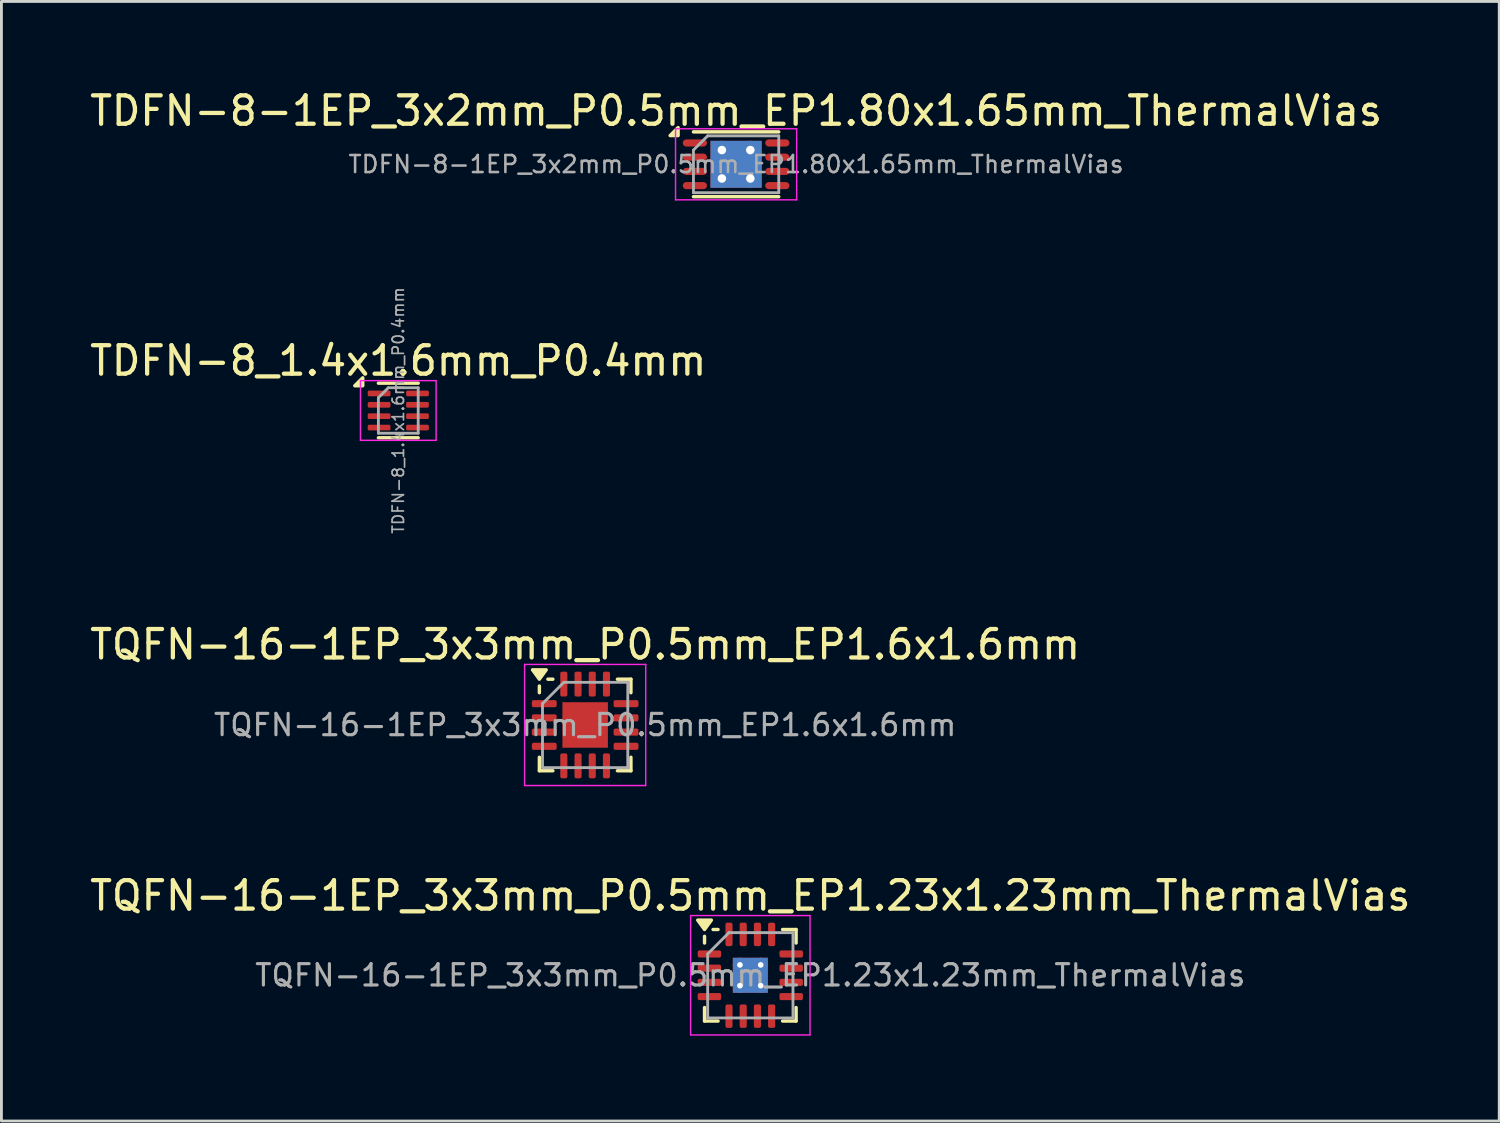
<source format=kicad_pcb>
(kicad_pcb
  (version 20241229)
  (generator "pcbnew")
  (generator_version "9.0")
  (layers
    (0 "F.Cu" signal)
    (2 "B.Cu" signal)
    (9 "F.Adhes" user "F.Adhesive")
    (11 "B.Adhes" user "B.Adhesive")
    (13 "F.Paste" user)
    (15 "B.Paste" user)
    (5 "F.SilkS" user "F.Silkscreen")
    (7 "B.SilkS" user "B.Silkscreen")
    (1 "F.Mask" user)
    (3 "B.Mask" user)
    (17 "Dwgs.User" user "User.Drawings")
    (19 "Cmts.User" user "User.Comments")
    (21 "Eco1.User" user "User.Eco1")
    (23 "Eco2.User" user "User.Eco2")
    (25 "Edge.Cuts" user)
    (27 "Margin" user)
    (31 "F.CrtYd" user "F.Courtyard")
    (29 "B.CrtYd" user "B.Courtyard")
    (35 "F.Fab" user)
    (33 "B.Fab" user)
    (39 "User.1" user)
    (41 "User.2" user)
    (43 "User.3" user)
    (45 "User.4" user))
  (footprint "TQFN-16-1EP_3x3mm_P0.5mm_EP1.23x1.23mm_ThermalVias"
    (layer "F.Cu")
    (at 23.339 31.251)
    (property "Reference" "TQFN-16-1EP_3x3mm_P0.5mm_EP1.23x1.23mm_ThermalVias" (at 0 -2.8 0) (layer "F.SilkS") (effects (font (size 1 1) (thickness 0.15))))
    (attr smd)
    (fp_line (start -1.61 -1.135) (end -1.61 -1.37) (stroke (width 0.12) (type solid)) (layer "F.SilkS"))
    (fp_line (start -1.61 1.61) (end -1.61 1.135) (stroke (width 0.12) (type solid)) (layer "F.SilkS"))
    (fp_line (start -1.135 -1.61) (end -1.31 -1.61) (stroke (width 0.12) (type solid)) (layer "F.SilkS"))
    (fp_line (start -1.135 1.61) (end -1.61 1.61) (stroke (width 0.12) (type solid)) (layer "F.SilkS"))
    (fp_line (start 1.135 -1.61) (end 1.61 -1.61) (stroke (width 0.12) (type solid)) (layer "F.SilkS"))
    (fp_line (start 1.135 1.61) (end 1.61 1.61) (stroke (width 0.12) (type solid)) (layer "F.SilkS"))
    (fp_line (start 1.61 -1.61) (end 1.61 -1.135) (stroke (width 0.12) (type solid)) (layer "F.SilkS"))
    (fp_line (start 1.61 1.61) (end 1.61 1.135) (stroke (width 0.12) (type solid)) (layer "F.SilkS"))
    (fp_poly (pts (xy -1.61 -1.61) (xy -1.85 -1.94) (xy -1.37 -1.94) (xy -1.61 -1.61)) (stroke (width 0.12) (type solid)) (fill yes) (layer "F.SilkS"))
    (fp_line (start -2.1 -2.1) (end -2.1 2.1) (stroke (width 0.05) (type solid)) (layer "F.CrtYd"))
    (fp_line (start -2.1 2.1) (end 2.1 2.1) (stroke (width 0.05) (type solid)) (layer "F.CrtYd"))
    (fp_line (start 2.1 -2.1) (end -2.1 -2.1) (stroke (width 0.05) (type solid)) (layer "F.CrtYd"))
    (fp_line (start 2.1 2.1) (end 2.1 -2.1) (stroke (width 0.05) (type solid)) (layer "F.CrtYd"))
    (fp_line (start -1.5 -0.75) (end -0.75 -1.5) (stroke (width 0.1) (type solid)) (layer "F.Fab"))
    (fp_line (start -1.5 1.5) (end -1.5 -0.75) (stroke (width 0.1) (type solid)) (layer "F.Fab"))
    (fp_line (start -0.75 -1.5) (end 1.5 -1.5) (stroke (width 0.1) (type solid)) (layer "F.Fab"))
    (fp_line (start 1.5 -1.5) (end 1.5 1.5) (stroke (width 0.1) (type solid)) (layer "F.Fab"))
    (fp_line (start 1.5 1.5) (end -1.5 1.5) (stroke (width 0.1) (type solid)) (layer "F.Fab"))
    (fp_text user "${REFERENCE}" (at 0 0 0) (layer "F.Fab") (effects (font (size 0.75 0.75) (thickness 0.11))))
    (pad "" smd roundrect (at -0.31 -0.31) (size 0.53 0.53) (layers "F.Paste") (roundrect_rratio 0.25))
    (pad "" smd roundrect (at -0.31 0.31) (size 0.53 0.53) (layers "F.Paste") (roundrect_rratio 0.25))
    (pad "" smd roundrect (at 0.31 -0.31) (size 0.53 0.53) (layers "F.Paste") (roundrect_rratio 0.25))
    (pad "" smd roundrect (at 0.31 0.31) (size 0.53 0.53) (layers "F.Paste") (roundrect_rratio 0.25))
    (pad "1" smd roundrect (at -1.438 -0.75) (size 0.825 0.25) (layers "F.Cu" "F.Mask" "F.Paste") (roundrect_rratio 0.25))
    (pad "2" smd roundrect (at -1.438 -0.25) (size 0.825 0.25) (layers "F.Cu" "F.Mask" "F.Paste") (roundrect_rratio 0.25))
    (pad "3" smd roundrect (at -1.438 0.25) (size 0.825 0.25) (layers "F.Cu" "F.Mask" "F.Paste") (roundrect_rratio 0.25))
    (pad "4" smd roundrect (at -1.438 0.75) (size 0.825 0.25) (layers "F.Cu" "F.Mask" "F.Paste") (roundrect_rratio 0.25))
    (pad "5" smd roundrect (at -0.75 1.438) (size 0.25 0.825) (layers "F.Cu" "F.Mask" "F.Paste") (roundrect_rratio 0.25))
    (pad "6" smd roundrect (at -0.25 1.438) (size 0.25 0.825) (layers "F.Cu" "F.Mask" "F.Paste") (roundrect_rratio 0.25))
    (pad "7" smd roundrect (at 0.25 1.438) (size 0.25 0.825) (layers "F.Cu" "F.Mask" "F.Paste") (roundrect_rratio 0.25))
    (pad "8" smd roundrect (at 0.75 1.438) (size 0.25 0.825) (layers "F.Cu" "F.Mask" "F.Paste") (roundrect_rratio 0.25))
    (pad "9" smd roundrect (at 1.438 0.75) (size 0.825 0.25) (layers "F.Cu" "F.Mask" "F.Paste") (roundrect_rratio 0.25))
    (pad "10" smd roundrect (at 1.438 0.25) (size 0.825 0.25) (layers "F.Cu" "F.Mask" "F.Paste") (roundrect_rratio 0.25))
    (pad "11" smd roundrect (at 1.438 -0.25) (size 0.825 0.25) (layers "F.Cu" "F.Mask" "F.Paste") (roundrect_rratio 0.25))
    (pad "12" smd roundrect (at 1.438 -0.75) (size 0.825 0.25) (layers "F.Cu" "F.Mask" "F.Paste") (roundrect_rratio 0.25))
    (pad "13" smd roundrect (at 0.75 -1.438) (size 0.25 0.825) (layers "F.Cu" "F.Mask" "F.Paste") (roundrect_rratio 0.25))
    (pad "14" smd roundrect (at 0.25 -1.438) (size 0.25 0.825) (layers "F.Cu" "F.Mask" "F.Paste") (roundrect_rratio 0.25))
    (pad "15" smd roundrect (at -0.25 -1.438) (size 0.25 0.825) (layers "F.Cu" "F.Mask" "F.Paste") (roundrect_rratio 0.25))
    (pad "16" smd roundrect (at -0.75 -1.438) (size 0.25 0.825) (layers "F.Cu" "F.Mask" "F.Paste") (roundrect_rratio 0.25))
    (pad "17" thru_hole circle (at -0.365 -0.365) (size 0.5 0.5) (drill 0.2) (property pad_prop_heatsink) (layers "*.Cu"))
    (pad "17" thru_hole circle (at -0.365 0.365) (size 0.5 0.5) (drill 0.2) (property pad_prop_heatsink) (layers "*.Cu"))
    (pad "17" smd rect (at 0 0) (size 1.23 1.23) (property pad_prop_heatsink) (layers "F.Cu" "F.Mask"))
    (pad "17" smd rect (at 0 0) (size 1.23 1.23) (property pad_prop_heatsink) (layers "B.Cu"))
    (pad "17" thru_hole circle (at 0.365 -0.365) (size 0.5 0.5) (drill 0.2) (property pad_prop_heatsink) (layers "*.Cu"))
    (pad "17" thru_hole circle (at 0.365 0.365) (size 0.5 0.5) (drill 0.2) (property pad_prop_heatsink) (layers "*.Cu")))
  (footprint "TDFN-8_1.4x1.6mm_P0.4mm"
    (layer "F.Cu")
    (at 10.958 11.387)
    (property "Reference" "TDFN-8_1.4x1.6mm_P0.4mm" (at 0 -1.75 0) (layer "F.SilkS") (effects (font (size 1 1) (thickness 0.15))))
    (attr smd)
    (fp_line (start -0.7 -0.96) (end 0.7 -0.96) (stroke (width 0.12) (type solid)) (layer "F.SilkS"))
    (fp_line (start -0.7 0.96) (end 0.7 0.96) (stroke (width 0.12) (type solid)) (layer "F.SilkS"))
    (fp_poly (pts (xy -1.25 -0.87) (xy -1.53 -0.87) (xy -1.25 -1.15) (xy -1.25 -0.87)) (stroke (width 0.12) (type solid)) (fill yes) (layer "F.SilkS"))
    (fp_line (start -1.33 -1.05) (end -1.33 1.05) (stroke (width 0.05) (type solid)) (layer "F.CrtYd"))
    (fp_line (start -1.33 1.05) (end 1.33 1.05) (stroke (width 0.05) (type solid)) (layer "F.CrtYd"))
    (fp_line (start 1.33 -1.05) (end -1.33 -1.05) (stroke (width 0.05) (type solid)) (layer "F.CrtYd"))
    (fp_line (start 1.33 1.05) (end 1.33 -1.05) (stroke (width 0.05) (type solid)) (layer "F.CrtYd"))
    (fp_line (start -0.7 -0.45) (end -0.35 -0.8) (stroke (width 0.1) (type solid)) (layer "F.Fab"))
    (fp_line (start -0.7 0.8) (end -0.7 -0.45) (stroke (width 0.1) (type solid)) (layer "F.Fab"))
    (fp_line (start -0.35 -0.8) (end 0.7 -0.8) (stroke (width 0.1) (type solid)) (layer "F.Fab"))
    (fp_line (start 0.7 -0.8) (end 0.7 0.8) (stroke (width 0.1) (type solid)) (layer "F.Fab"))
    (fp_line (start 0.7 0.8) (end -0.7 0.8) (stroke (width 0.1) (type solid)) (layer "F.Fab"))
    (fp_text user "${REFERENCE}" (at 0 0 90) (layer "F.Fab") (effects (font (size 0.4 0.4) (thickness 0.06))))
    (pad "1" smd roundrect (at -0.675 -0.6) (size 0.8 0.2) (layers "F.Cu" "F.Mask" "F.Paste") (roundrect_rratio 0.25))
    (pad "2" smd roundrect (at -0.675 -0.2) (size 0.8 0.2) (layers "F.Cu" "F.Mask" "F.Paste") (roundrect_rratio 0.25))
    (pad "3" smd roundrect (at -0.675 0.2) (size 0.8 0.2) (layers "F.Cu" "F.Mask" "F.Paste") (roundrect_rratio 0.25))
    (pad "4" smd roundrect (at -0.675 0.6) (size 0.8 0.2) (layers "F.Cu" "F.Mask" "F.Paste") (roundrect_rratio 0.25))
    (pad "5" smd roundrect (at 0.675 0.6) (size 0.8 0.2) (layers "F.Cu" "F.Mask" "F.Paste") (roundrect_rratio 0.25))
    (pad "6" smd roundrect (at 0.675 0.2) (size 0.8 0.2) (layers "F.Cu" "F.Mask" "F.Paste") (roundrect_rratio 0.25))
    (pad "7" smd roundrect (at 0.675 -0.2) (size 0.8 0.2) (layers "F.Cu" "F.Mask" "F.Paste") (roundrect_rratio 0.25))
    (pad "8" smd roundrect (at 0.675 -0.6) (size 0.8 0.2) (layers "F.Cu" "F.Mask" "F.Paste") (roundrect_rratio 0.25)))
  (footprint "TQFN-16-1EP_3x3mm_P0.5mm_EP1.6x1.6mm"
    (layer "F.Cu")
    (at 17.53 22.448)
    (property "Reference" "TQFN-16-1EP_3x3mm_P0.5mm_EP1.6x1.6mm" (at 0 -2.83 0) (layer "F.SilkS") (effects (font (size 1 1) (thickness 0.15))))
    (attr smd)
    (fp_line (start -1.61 -1.135) (end -1.61 -1.37) (stroke (width 0.12) (type solid)) (layer "F.SilkS"))
    (fp_line (start -1.61 1.61) (end -1.61 1.135) (stroke (width 0.12) (type solid)) (layer "F.SilkS"))
    (fp_line (start -1.135 -1.61) (end -1.31 -1.61) (stroke (width 0.12) (type solid)) (layer "F.SilkS"))
    (fp_line (start -1.135 1.61) (end -1.61 1.61) (stroke (width 0.12) (type solid)) (layer "F.SilkS"))
    (fp_line (start 1.135 -1.61) (end 1.61 -1.61) (stroke (width 0.12) (type solid)) (layer "F.SilkS"))
    (fp_line (start 1.135 1.61) (end 1.61 1.61) (stroke (width 0.12) (type solid)) (layer "F.SilkS"))
    (fp_line (start 1.61 -1.61) (end 1.61 -1.135) (stroke (width 0.12) (type solid)) (layer "F.SilkS"))
    (fp_line (start 1.61 1.61) (end 1.61 1.135) (stroke (width 0.12) (type solid)) (layer "F.SilkS"))
    (fp_poly (pts (xy -1.61 -1.61) (xy -1.85 -1.94) (xy -1.37 -1.94) (xy -1.61 -1.61)) (stroke (width 0.12) (type solid)) (fill yes) (layer "F.SilkS"))
    (fp_line (start -2.13 -2.13) (end -2.13 2.13) (stroke (width 0.05) (type solid)) (layer "F.CrtYd"))
    (fp_line (start -2.13 2.13) (end 2.13 2.13) (stroke (width 0.05) (type solid)) (layer "F.CrtYd"))
    (fp_line (start 2.13 -2.13) (end -2.13 -2.13) (stroke (width 0.05) (type solid)) (layer "F.CrtYd"))
    (fp_line (start 2.13 2.13) (end 2.13 -2.13) (stroke (width 0.05) (type solid)) (layer "F.CrtYd"))
    (fp_line (start -1.5 -0.75) (end -0.75 -1.5) (stroke (width 0.1) (type solid)) (layer "F.Fab"))
    (fp_line (start -1.5 1.5) (end -1.5 -0.75) (stroke (width 0.1) (type solid)) (layer "F.Fab"))
    (fp_line (start -0.75 -1.5) (end 1.5 -1.5) (stroke (width 0.1) (type solid)) (layer "F.Fab"))
    (fp_line (start 1.5 -1.5) (end 1.5 1.5) (stroke (width 0.1) (type solid)) (layer "F.Fab"))
    (fp_line (start 1.5 1.5) (end -1.5 1.5) (stroke (width 0.1) (type solid)) (layer "F.Fab"))
    (fp_text user "${REFERENCE}" (at 0 0 0) (layer "F.Fab") (effects (font (size 0.75 0.75) (thickness 0.11))))
    (pad "" smd roundrect (at -0.4 -0.4) (size 0.64 0.64) (layers "F.Paste") (roundrect_rratio 0.25))
    (pad "" smd roundrect (at -0.4 0.4) (size 0.64 0.64) (layers "F.Paste") (roundrect_rratio 0.25))
    (pad "" smd roundrect (at 0.4 -0.4) (size 0.64 0.64) (layers "F.Paste") (roundrect_rratio 0.25))
    (pad "" smd roundrect (at 0.4 0.4) (size 0.64 0.64) (layers "F.Paste") (roundrect_rratio 0.25))
    (pad "1" smd roundrect (at -1.438 -0.75) (size 0.875 0.25) (layers "F.Cu" "F.Mask" "F.Paste") (roundrect_rratio 0.25))
    (pad "2" smd roundrect (at -1.438 -0.25) (size 0.875 0.25) (layers "F.Cu" "F.Mask" "F.Paste") (roundrect_rratio 0.25))
    (pad "3" smd roundrect (at -1.438 0.25) (size 0.875 0.25) (layers "F.Cu" "F.Mask" "F.Paste") (roundrect_rratio 0.25))
    (pad "4" smd roundrect (at -1.438 0.75) (size 0.875 0.25) (layers "F.Cu" "F.Mask" "F.Paste") (roundrect_rratio 0.25))
    (pad "5" smd roundrect (at -0.75 1.438) (size 0.25 0.875) (layers "F.Cu" "F.Mask" "F.Paste") (roundrect_rratio 0.25))
    (pad "6" smd roundrect (at -0.25 1.438) (size 0.25 0.875) (layers "F.Cu" "F.Mask" "F.Paste") (roundrect_rratio 0.25))
    (pad "7" smd roundrect (at 0.25 1.438) (size 0.25 0.875) (layers "F.Cu" "F.Mask" "F.Paste") (roundrect_rratio 0.25))
    (pad "8" smd roundrect (at 0.75 1.438) (size 0.25 0.875) (layers "F.Cu" "F.Mask" "F.Paste") (roundrect_rratio 0.25))
    (pad "9" smd roundrect (at 1.438 0.75) (size 0.875 0.25) (layers "F.Cu" "F.Mask" "F.Paste") (roundrect_rratio 0.25))
    (pad "10" smd roundrect (at 1.438 0.25) (size 0.875 0.25) (layers "F.Cu" "F.Mask" "F.Paste") (roundrect_rratio 0.25))
    (pad "11" smd roundrect (at 1.438 -0.25) (size 0.875 0.25) (layers "F.Cu" "F.Mask" "F.Paste") (roundrect_rratio 0.25))
    (pad "12" smd roundrect (at 1.438 -0.75) (size 0.875 0.25) (layers "F.Cu" "F.Mask" "F.Paste") (roundrect_rratio 0.25))
    (pad "13" smd roundrect (at 0.75 -1.438) (size 0.25 0.875) (layers "F.Cu" "F.Mask" "F.Paste") (roundrect_rratio 0.25))
    (pad "14" smd roundrect (at 0.25 -1.438) (size 0.25 0.875) (layers "F.Cu" "F.Mask" "F.Paste") (roundrect_rratio 0.25))
    (pad "15" smd roundrect (at -0.25 -1.438) (size 0.25 0.875) (layers "F.Cu" "F.Mask" "F.Paste") (roundrect_rratio 0.25))
    (pad "16" smd roundrect (at -0.75 -1.438) (size 0.25 0.875) (layers "F.Cu" "F.Mask" "F.Paste") (roundrect_rratio 0.25))
    (pad "17" smd rect (at 0 0) (size 1.6 1.6) (property pad_prop_heatsink) (layers "F.Cu" "F.Mask")))
  (footprint "TDFN-8-1EP_3x2mm_P0.5mm_EP1.80x1.65mm_ThermalVias"
    (layer "F.Cu")
    (at 22.839 2.728)
    (property "Reference" "TDFN-8-1EP_3x2mm_P0.5mm_EP1.80x1.65mm_ThermalVias" (at 0 -1.88 0) (layer "F.SilkS") (effects (font (size 1 1) (thickness 0.15))))
    (attr smd)
    (fp_line (start -1.5 -1.14) (end 1.5 -1.14) (stroke (width 0.12) (type solid)) (layer "F.SilkS"))
    (fp_line (start -1.5 1.14) (end 1.5 1.14) (stroke (width 0.12) (type solid)) (layer "F.SilkS"))
    (fp_poly (pts (xy -2.04 -1.01) (xy -2.32 -1.01) (xy -2.04 -1.29) (xy -2.04 -1.01)) (stroke (width 0.12) (type solid)) (fill yes) (layer "F.SilkS"))
    (fp_line (start -2.13 -1.25) (end -2.13 1.25) (stroke (width 0.05) (type solid)) (layer "F.CrtYd"))
    (fp_line (start -2.13 1.25) (end 2.13 1.25) (stroke (width 0.05) (type solid)) (layer "F.CrtYd"))
    (fp_line (start 2.13 -1.25) (end -2.13 -1.25) (stroke (width 0.05) (type solid)) (layer "F.CrtYd"))
    (fp_line (start 2.13 1.25) (end 2.13 -1.25) (stroke (width 0.05) (type solid)) (layer "F.CrtYd"))
    (fp_line (start -1.5 -0.5) (end -1.5 1) (stroke (width 0.1) (type solid)) (layer "F.Fab"))
    (fp_line (start -1.5 1) (end 1.5 1) (stroke (width 0.1) (type solid)) (layer "F.Fab"))
    (fp_line (start -1 -1) (end -1.5 -0.5) (stroke (width 0.1) (type solid)) (layer "F.Fab"))
    (fp_line (start 1.5 -1) (end -1 -1) (stroke (width 0.1) (type solid)) (layer "F.Fab"))
    (fp_line (start 1.5 1) (end 1.5 -1) (stroke (width 0.1) (type solid)) (layer "F.Fab"))
    (fp_text user "${REFERENCE}" (at 0 0 0) (layer "F.Fab") (effects (font (size 0.6 0.6) (thickness 0.09))))
    (pad "" smd rect (at 0 -0.5) (size 0.7 0.65) (layers "F.Paste"))
    (pad "" smd rect (at 0 0) (size 1.8 0.7) (layers "F.Paste"))
    (pad "" smd rect (at 0 0.5) (size 0.7 0.65) (layers "F.Paste"))
    (pad "1" smd oval (at -1.45 -0.75) (size 0.85 0.25) (layers "F.Cu" "F.Mask" "F.Paste"))
    (pad "2" smd oval (at -1.45 -0.25) (size 0.85 0.25) (layers "F.Cu" "F.Mask" "F.Paste"))
    (pad "3" smd oval (at -1.45 0.25) (size 0.85 0.25) (layers "F.Cu" "F.Mask" "F.Paste"))
    (pad "4" smd oval (at -1.45 0.75) (size 0.85 0.25) (layers "F.Cu" "F.Mask" "F.Paste"))
    (pad "5" smd oval (at 1.45 0.75) (size 0.85 0.25) (layers "F.Cu" "F.Mask" "F.Paste"))
    (pad "6" smd oval (at 1.45 0.25) (size 0.85 0.25) (layers "F.Cu" "F.Mask" "F.Paste"))
    (pad "7" smd oval (at 1.45 -0.25) (size 0.85 0.25) (layers "F.Cu" "F.Mask" "F.Paste"))
    (pad "8" smd oval (at 1.45 -0.75) (size 0.85 0.25) (layers "F.Cu" "F.Mask" "F.Paste"))
    (pad "9" thru_hole circle (at -0.5 -0.5) (size 0.65 0.65) (drill 0.3) (layers "*.Cu"))
    (pad "9" thru_hole circle (at -0.5 0.5) (size 0.65 0.65) (drill 0.3) (layers "*.Cu"))
    (pad "9" smd rect (at 0 0) (size 1.8 1.65) (layers "F.Cu" "F.Mask"))
    (pad "9" smd rect (at 0 0) (size 1.8 1.65) (layers "B.Cu"))
    (pad "9" thru_hole circle (at 0.5 -0.5) (size 0.65 0.65) (drill 0.3) (layers "*.Cu"))
    (pad "9" thru_hole circle (at 0.5 0.5) (size 0.65 0.65) (drill 0.3) (layers "*.Cu")))
  (gr_rect
    (start -3 -3)
    (end 49.679 36.376)
    (stroke (width 0.1) (type default))
    (fill no)
    (layer "Edge.Cuts")))
</source>
